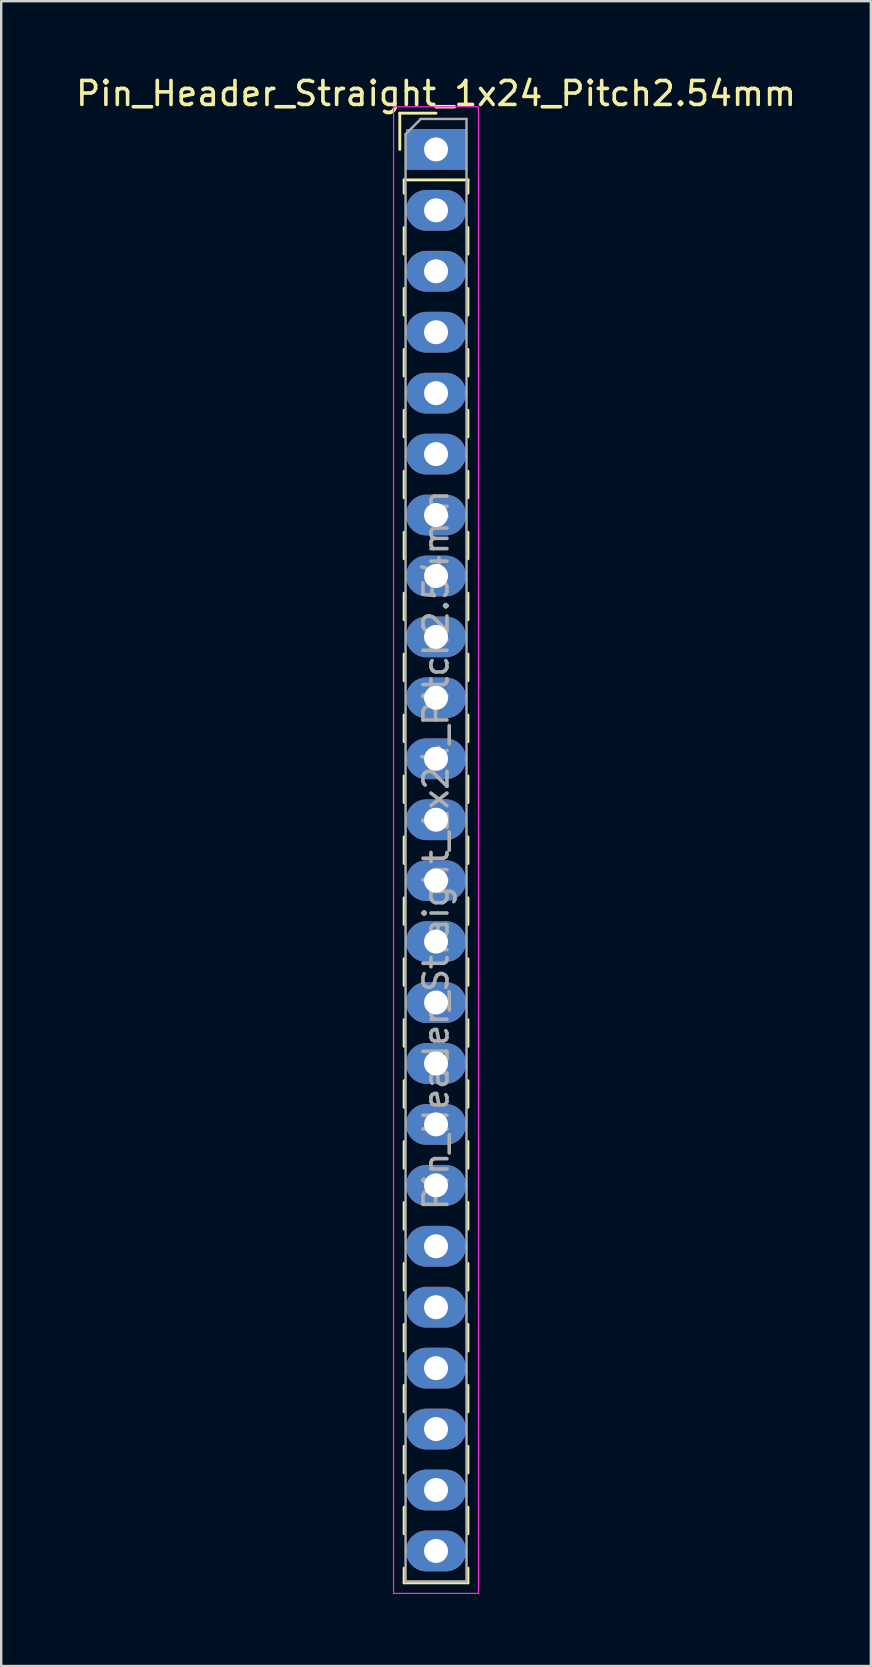
<source format=kicad_pcb>
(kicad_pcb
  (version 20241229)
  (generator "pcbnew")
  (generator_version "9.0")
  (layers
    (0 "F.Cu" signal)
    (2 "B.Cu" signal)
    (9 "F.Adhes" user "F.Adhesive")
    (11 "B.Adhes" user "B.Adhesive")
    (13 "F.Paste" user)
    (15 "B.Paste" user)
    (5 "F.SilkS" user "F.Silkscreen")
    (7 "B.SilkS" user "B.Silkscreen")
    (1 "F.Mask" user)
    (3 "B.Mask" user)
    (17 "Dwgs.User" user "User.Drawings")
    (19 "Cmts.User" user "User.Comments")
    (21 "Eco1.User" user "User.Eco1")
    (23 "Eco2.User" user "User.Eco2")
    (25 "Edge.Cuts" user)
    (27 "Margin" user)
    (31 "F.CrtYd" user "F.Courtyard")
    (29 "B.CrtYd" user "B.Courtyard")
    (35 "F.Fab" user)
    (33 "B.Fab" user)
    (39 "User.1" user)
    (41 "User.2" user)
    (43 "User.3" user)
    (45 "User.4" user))
  (footprint "Pin_Header_Straight_1x24_Pitch2.54mm"
    (layer "F.Cu")
    (at 15.125 3.178)
    (property "Reference" "Pin_Header_Straight_1x24_Pitch2.54mm" (at 0 -2.33 0) (layer "F.SilkS") (effects (font (size 1 1) (thickness 0.15))))
    (attr through_hole)
    (fp_line (start -1.51 -1.51) (end 0 -1.51) (stroke (width 0.12) (type solid)) (layer "F.SilkS"))
    (fp_line (start -1.51 0) (end -1.51 -1.51) (stroke (width 0.12) (type solid)) (layer "F.SilkS"))
    (fp_line (start -1.33 1.27) (end -1.33 1.825) (stroke (width 0.12) (type solid)) (layer "F.SilkS"))
    (fp_line (start -1.33 1.27) (end 1.33 1.27) (stroke (width 0.12) (type solid)) (layer "F.SilkS"))
    (fp_line (start -1.33 3.255) (end -1.33 4.365) (stroke (width 0.12) (type solid)) (layer "F.SilkS"))
    (fp_line (start -1.33 5.795) (end -1.33 6.905) (stroke (width 0.12) (type solid)) (layer "F.SilkS"))
    (fp_line (start -1.33 8.335) (end -1.33 9.445) (stroke (width 0.12) (type solid)) (layer "F.SilkS"))
    (fp_line (start -1.33 10.875) (end -1.33 11.985) (stroke (width 0.12) (type solid)) (layer "F.SilkS"))
    (fp_line (start -1.33 13.415) (end -1.33 14.525) (stroke (width 0.12) (type solid)) (layer "F.SilkS"))
    (fp_line (start -1.33 15.955) (end -1.33 17.065) (stroke (width 0.12) (type solid)) (layer "F.SilkS"))
    (fp_line (start -1.33 18.495) (end -1.33 19.605) (stroke (width 0.12) (type solid)) (layer "F.SilkS"))
    (fp_line (start -1.33 21.035) (end -1.33 22.145) (stroke (width 0.12) (type solid)) (layer "F.SilkS"))
    (fp_line (start -1.33 23.575) (end -1.33 24.685) (stroke (width 0.12) (type solid)) (layer "F.SilkS"))
    (fp_line (start -1.33 26.115) (end -1.33 27.225) (stroke (width 0.12) (type solid)) (layer "F.SilkS"))
    (fp_line (start -1.33 28.655) (end -1.33 29.765) (stroke (width 0.12) (type solid)) (layer "F.SilkS"))
    (fp_line (start -1.33 31.195) (end -1.33 32.305) (stroke (width 0.12) (type solid)) (layer "F.SilkS"))
    (fp_line (start -1.33 33.735) (end -1.33 34.845) (stroke (width 0.12) (type solid)) (layer "F.SilkS"))
    (fp_line (start -1.33 36.275) (end -1.33 37.385) (stroke (width 0.12) (type solid)) (layer "F.SilkS"))
    (fp_line (start -1.33 38.815) (end -1.33 39.925) (stroke (width 0.12) (type solid)) (layer "F.SilkS"))
    (fp_line (start -1.33 41.355) (end -1.33 42.465) (stroke (width 0.12) (type solid)) (layer "F.SilkS"))
    (fp_line (start -1.33 43.895) (end -1.33 45.005) (stroke (width 0.12) (type solid)) (layer "F.SilkS"))
    (fp_line (start -1.33 46.435) (end -1.33 47.545) (stroke (width 0.12) (type solid)) (layer "F.SilkS"))
    (fp_line (start -1.33 48.975) (end -1.33 50.085) (stroke (width 0.12) (type solid)) (layer "F.SilkS"))
    (fp_line (start -1.33 51.515) (end -1.33 52.625) (stroke (width 0.12) (type solid)) (layer "F.SilkS"))
    (fp_line (start -1.33 54.055) (end -1.33 55.165) (stroke (width 0.12) (type solid)) (layer "F.SilkS"))
    (fp_line (start -1.33 56.595) (end -1.33 57.705) (stroke (width 0.12) (type solid)) (layer "F.SilkS"))
    (fp_line (start -1.33 59.135) (end -1.33 59.75) (stroke (width 0.12) (type solid)) (layer "F.SilkS"))
    (fp_line (start -1.33 59.75) (end 1.33 59.75) (stroke (width 0.12) (type solid)) (layer "F.SilkS"))
    (fp_line (start 1.33 1.27) (end 1.33 1.825) (stroke (width 0.12) (type solid)) (layer "F.SilkS"))
    (fp_line (start 1.33 3.255) (end 1.33 4.365) (stroke (width 0.12) (type solid)) (layer "F.SilkS"))
    (fp_line (start 1.33 5.795) (end 1.33 6.905) (stroke (width 0.12) (type solid)) (layer "F.SilkS"))
    (fp_line (start 1.33 8.335) (end 1.33 9.445) (stroke (width 0.12) (type solid)) (layer "F.SilkS"))
    (fp_line (start 1.33 10.875) (end 1.33 11.985) (stroke (width 0.12) (type solid)) (layer "F.SilkS"))
    (fp_line (start 1.33 13.415) (end 1.33 14.525) (stroke (width 0.12) (type solid)) (layer "F.SilkS"))
    (fp_line (start 1.33 15.955) (end 1.33 17.065) (stroke (width 0.12) (type solid)) (layer "F.SilkS"))
    (fp_line (start 1.33 18.495) (end 1.33 19.605) (stroke (width 0.12) (type solid)) (layer "F.SilkS"))
    (fp_line (start 1.33 21.035) (end 1.33 22.145) (stroke (width 0.12) (type solid)) (layer "F.SilkS"))
    (fp_line (start 1.33 23.575) (end 1.33 24.685) (stroke (width 0.12) (type solid)) (layer "F.SilkS"))
    (fp_line (start 1.33 26.115) (end 1.33 27.225) (stroke (width 0.12) (type solid)) (layer "F.SilkS"))
    (fp_line (start 1.33 28.655) (end 1.33 29.765) (stroke (width 0.12) (type solid)) (layer "F.SilkS"))
    (fp_line (start 1.33 31.195) (end 1.33 32.305) (stroke (width 0.12) (type solid)) (layer "F.SilkS"))
    (fp_line (start 1.33 33.735) (end 1.33 34.845) (stroke (width 0.12) (type solid)) (layer "F.SilkS"))
    (fp_line (start 1.33 36.275) (end 1.33 37.385) (stroke (width 0.12) (type solid)) (layer "F.SilkS"))
    (fp_line (start 1.33 38.815) (end 1.33 39.925) (stroke (width 0.12) (type solid)) (layer "F.SilkS"))
    (fp_line (start 1.33 41.355) (end 1.33 42.465) (stroke (width 0.12) (type solid)) (layer "F.SilkS"))
    (fp_line (start 1.33 43.895) (end 1.33 45.005) (stroke (width 0.12) (type solid)) (layer "F.SilkS"))
    (fp_line (start 1.33 46.435) (end 1.33 47.545) (stroke (width 0.12) (type solid)) (layer "F.SilkS"))
    (fp_line (start 1.33 48.975) (end 1.33 50.085) (stroke (width 0.12) (type solid)) (layer "F.SilkS"))
    (fp_line (start 1.33 51.515) (end 1.33 52.625) (stroke (width 0.12) (type solid)) (layer "F.SilkS"))
    (fp_line (start 1.33 54.055) (end 1.33 55.165) (stroke (width 0.12) (type solid)) (layer "F.SilkS"))
    (fp_line (start 1.33 56.595) (end 1.33 57.705) (stroke (width 0.12) (type solid)) (layer "F.SilkS"))
    (fp_line (start 1.33 59.135) (end 1.33 59.75) (stroke (width 0.12) (type solid)) (layer "F.SilkS"))
    (fp_line (start -1.77 -1.78) (end -1.77 60.19) (stroke (width 0.05) (type solid)) (layer "F.CrtYd"))
    (fp_line (start -1.77 60.19) (end 1.77 60.19) (stroke (width 0.05) (type solid)) (layer "F.CrtYd"))
    (fp_line (start 1.77 -1.78) (end -1.77 -1.78) (stroke (width 0.05) (type solid)) (layer "F.CrtYd"))
    (fp_line (start 1.77 60.19) (end 1.77 -1.78) (stroke (width 0.05) (type solid)) (layer "F.CrtYd"))
    (fp_line (start -1.27 -0.635) (end -0.635 -1.27) (stroke (width 0.1) (type solid)) (layer "F.Fab"))
    (fp_line (start -1.27 59.69) (end -1.27 -0.635) (stroke (width 0.1) (type solid)) (layer "F.Fab"))
    (fp_line (start -0.635 -1.27) (end 1.27 -1.27) (stroke (width 0.1) (type solid)) (layer "F.Fab"))
    (fp_line (start 1.27 -1.27) (end 1.27 59.69) (stroke (width 0.1) (type solid)) (layer "F.Fab"))
    (fp_line (start 1.27 59.69) (end -1.27 59.69) (stroke (width 0.1) (type solid)) (layer "F.Fab"))
    (fp_text user "${REFERENCE}" (at 0 29.21 90) (layer "F.Fab") (effects (font (size 1 1) (thickness 0.15))))
    (pad "1" thru_hole rect (at 0 0) (size 2.5 1.7) (drill 1) (layers "*.Cu" "*.Mask"))
    (pad "2" thru_hole oval (at 0 2.54) (size 2.5 1.7) (drill 1) (layers "*.Cu" "*.Mask"))
    (pad "3" thru_hole oval (at 0 5.08) (size 2.5 1.7) (drill 1) (layers "*.Cu" "*.Mask"))
    (pad "4" thru_hole oval (at 0 7.62) (size 2.5 1.7) (drill 1) (layers "*.Cu" "*.Mask"))
    (pad "5" thru_hole oval (at 0 10.16) (size 2.5 1.7) (drill 1) (layers "*.Cu" "*.Mask"))
    (pad "6" thru_hole oval (at 0 12.7) (size 2.5 1.7) (drill 1) (layers "*.Cu" "*.Mask"))
    (pad "7" thru_hole oval (at 0 15.24) (size 2.5 1.7) (drill 1) (layers "*.Cu" "*.Mask"))
    (pad "8" thru_hole oval (at 0 17.78) (size 2.5 1.7) (drill 1) (layers "*.Cu" "*.Mask"))
    (pad "9" thru_hole oval (at 0 20.32) (size 2.5 1.7) (drill 1) (layers "*.Cu" "*.Mask"))
    (pad "10" thru_hole oval (at 0 22.86) (size 2.5 1.7) (drill 1) (layers "*.Cu" "*.Mask"))
    (pad "11" thru_hole oval (at 0 25.4) (size 2.5 1.7) (drill 1) (layers "*.Cu" "*.Mask"))
    (pad "12" thru_hole oval (at 0 27.94) (size 2.5 1.7) (drill 1) (layers "*.Cu" "*.Mask"))
    (pad "13" thru_hole oval (at 0 30.48) (size 2.5 1.7) (drill 1) (layers "*.Cu" "*.Mask"))
    (pad "14" thru_hole oval (at 0 33.02) (size 2.5 1.7) (drill 1) (layers "*.Cu" "*.Mask"))
    (pad "15" thru_hole oval (at 0 35.56) (size 2.5 1.7) (drill 1) (layers "*.Cu" "*.Mask"))
    (pad "16" thru_hole oval (at 0 38.1) (size 2.5 1.7) (drill 1) (layers "*.Cu" "*.Mask"))
    (pad "17" thru_hole oval (at 0 40.64) (size 2.5 1.7) (drill 1) (layers "*.Cu" "*.Mask"))
    (pad "18" thru_hole oval (at 0 43.18) (size 2.5 1.7) (drill 1) (layers "*.Cu" "*.Mask"))
    (pad "19" thru_hole oval (at 0 45.72) (size 2.5 1.7) (drill 1) (layers "*.Cu" "*.Mask"))
    (pad "20" thru_hole oval (at 0 48.26) (size 2.5 1.7) (drill 1) (layers "*.Cu" "*.Mask"))
    (pad "21" thru_hole oval (at 0 50.8) (size 2.5 1.7) (drill 1) (layers "*.Cu" "*.Mask"))
    (pad "22" thru_hole oval (at 0 53.34) (size 2.5 1.7) (drill 1) (layers "*.Cu" "*.Mask"))
    (pad "23" thru_hole oval (at 0 55.88) (size 2.5 1.7) (drill 1) (layers "*.Cu" "*.Mask"))
    (pad "24" thru_hole oval (at 0 58.42) (size 2.5 1.7) (drill 1) (layers "*.Cu" "*.Mask")))
  (gr_rect
    (start -3 -3)
    (end 33.25 66.393)
    (stroke (width 0.1) (type default))
    (fill no)
    (layer "Edge.Cuts")))
</source>
